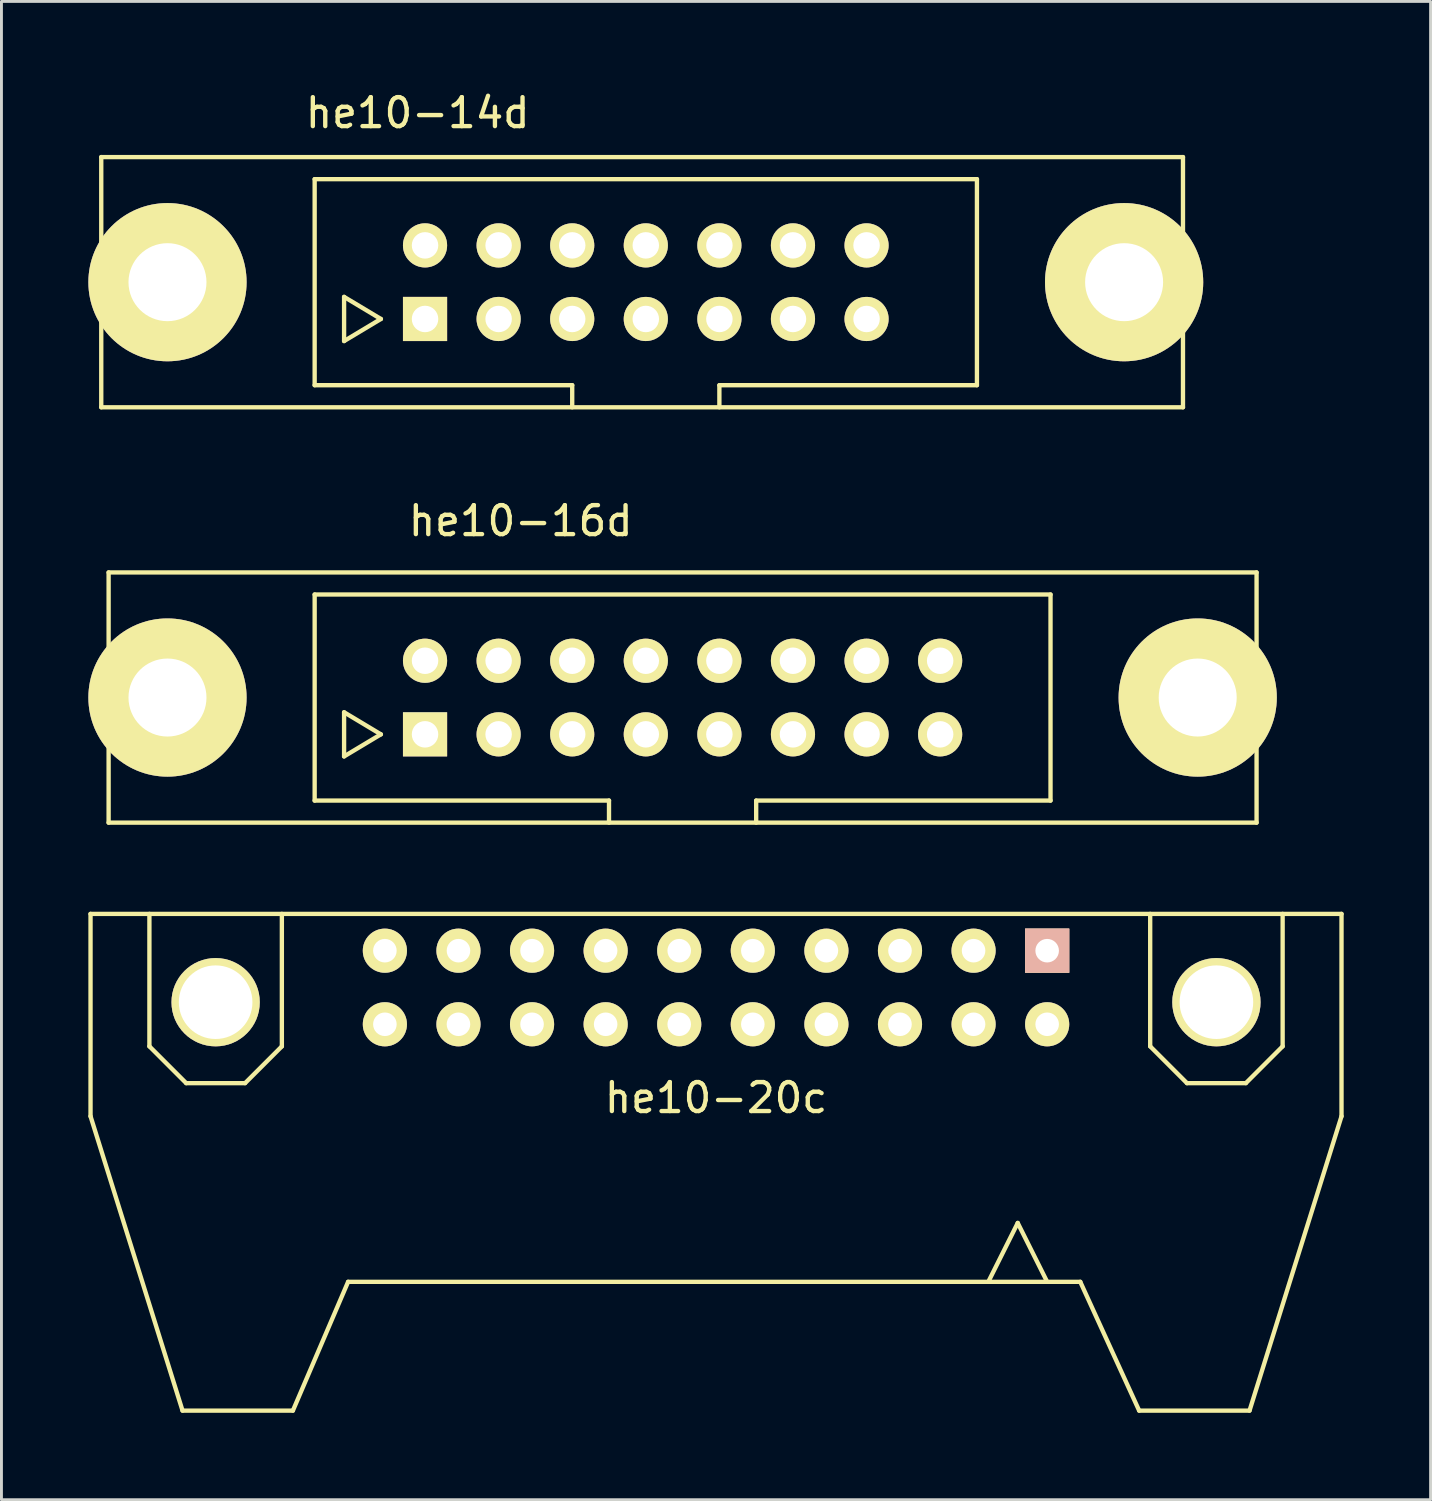
<source format=kicad_pcb>
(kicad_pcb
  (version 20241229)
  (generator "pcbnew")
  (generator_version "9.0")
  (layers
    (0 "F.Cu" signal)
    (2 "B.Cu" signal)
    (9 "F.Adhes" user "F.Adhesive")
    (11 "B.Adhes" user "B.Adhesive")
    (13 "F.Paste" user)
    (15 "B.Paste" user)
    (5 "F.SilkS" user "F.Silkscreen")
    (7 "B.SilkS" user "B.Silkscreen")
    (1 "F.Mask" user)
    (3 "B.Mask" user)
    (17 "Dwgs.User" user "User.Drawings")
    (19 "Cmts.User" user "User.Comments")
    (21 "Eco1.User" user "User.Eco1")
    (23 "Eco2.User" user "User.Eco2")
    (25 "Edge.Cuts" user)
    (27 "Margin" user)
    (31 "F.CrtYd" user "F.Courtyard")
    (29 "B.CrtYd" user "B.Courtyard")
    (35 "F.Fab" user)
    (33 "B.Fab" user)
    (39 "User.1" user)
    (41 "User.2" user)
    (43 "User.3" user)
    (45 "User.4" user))
  (footprint "he10-16d"
    (layer "F.Cu")
    (at 20.511 21.027)
    (property "Reference" "he10-16d" (at -5.588 -6.096 0) (layer "F.SilkS") (effects (font (size 1 1) (thickness 0.15))))
    (attr through_hole)
    (fp_line (start -19.812 -4.318) (end 19.812 -4.318) (stroke (width 0.15) (type solid)) (layer "F.SilkS"))
    (fp_line (start -19.812 4.318) (end -19.812 -4.318) (stroke (width 0.15) (type solid)) (layer "F.SilkS"))
    (fp_line (start -12.7 -3.556) (end 12.7 -3.556) (stroke (width 0.15) (type solid)) (layer "F.SilkS"))
    (fp_line (start -12.7 3.556) (end -12.7 -3.556) (stroke (width 0.15) (type solid)) (layer "F.SilkS"))
    (fp_line (start -11.684 0.508) (end -11.684 2.032) (stroke (width 0.15) (type solid)) (layer "F.SilkS"))
    (fp_line (start -11.684 2.032) (end -10.414 1.27) (stroke (width 0.15) (type solid)) (layer "F.SilkS"))
    (fp_line (start -10.414 1.27) (end -11.684 0.508) (stroke (width 0.15) (type solid)) (layer "F.SilkS"))
    (fp_line (start -2.54 3.556) (end -12.7 3.556) (stroke (width 0.15) (type solid)) (layer "F.SilkS"))
    (fp_line (start -2.54 4.318) (end -2.54 3.556) (stroke (width 0.15) (type solid)) (layer "F.SilkS"))
    (fp_line (start 2.54 3.556) (end 2.54 4.318) (stroke (width 0.15) (type solid)) (layer "F.SilkS"))
    (fp_line (start 12.7 -3.556) (end 12.7 3.556) (stroke (width 0.15) (type solid)) (layer "F.SilkS"))
    (fp_line (start 12.7 3.556) (end 2.54 3.556) (stroke (width 0.15) (type solid)) (layer "F.SilkS"))
    (fp_line (start 19.812 -4.318) (end 19.812 4.318) (stroke (width 0.15) (type solid)) (layer "F.SilkS"))
    (fp_line (start 19.812 4.318) (end -19.812 4.318) (stroke (width 0.15) (type solid)) (layer "F.SilkS"))
    (pad "0" thru_hole circle (at -17.78 0) (size 5.461 5.461) (drill 2.692) (layers "*.Cu" "*.Mask" "F.SilkS"))
    (pad "0" thru_hole circle (at 17.78 0) (size 5.461 5.461) (drill 2.692) (layers "*.Cu" "*.Mask" "F.SilkS"))
    (pad "1" thru_hole rect (at -8.89 1.27) (size 1.524 1.524) (drill 0.914) (layers "*.Cu" "*.Mask" "F.SilkS"))
    (pad "2" thru_hole circle (at -8.89 -1.27) (size 1.524 1.524) (drill 0.914) (layers "*.Cu" "*.Mask" "F.SilkS"))
    (pad "3" thru_hole circle (at -6.35 1.27) (size 1.524 1.524) (drill 0.914) (layers "*.Cu" "*.Mask" "F.SilkS"))
    (pad "4" thru_hole circle (at -6.35 -1.27) (size 1.524 1.524) (drill 0.914) (layers "*.Cu" "*.Mask" "F.SilkS"))
    (pad "5" thru_hole circle (at -3.81 1.27) (size 1.524 1.524) (drill 0.914) (layers "*.Cu" "*.Mask" "F.SilkS"))
    (pad "6" thru_hole circle (at -3.81 -1.27) (size 1.524 1.524) (drill 0.914) (layers "*.Cu" "*.Mask" "F.SilkS"))
    (pad "7" thru_hole circle (at -1.27 1.27) (size 1.524 1.524) (drill 0.914) (layers "*.Cu" "*.Mask" "F.SilkS"))
    (pad "8" thru_hole circle (at -1.27 -1.27) (size 1.524 1.524) (drill 0.914) (layers "*.Cu" "*.Mask" "F.SilkS"))
    (pad "9" thru_hole circle (at 1.27 1.27) (size 1.524 1.524) (drill 0.914) (layers "*.Cu" "*.Mask" "F.SilkS"))
    (pad "10" thru_hole circle (at 1.27 -1.27) (size 1.524 1.524) (drill 0.914) (layers "*.Cu" "*.Mask" "F.SilkS"))
    (pad "11" thru_hole circle (at 3.81 1.27) (size 1.524 1.524) (drill 0.914) (layers "*.Cu" "*.Mask" "F.SilkS"))
    (pad "12" thru_hole circle (at 3.81 -1.27) (size 1.524 1.524) (drill 0.914) (layers "*.Cu" "*.Mask" "F.SilkS"))
    (pad "13" thru_hole circle (at 6.35 1.27) (size 1.524 1.524) (drill 0.914) (layers "*.Cu" "*.Mask" "F.SilkS"))
    (pad "14" thru_hole circle (at 6.35 -1.27) (size 1.524 1.524) (drill 0.914) (layers "*.Cu" "*.Mask" "F.SilkS"))
    (pad "15" thru_hole circle (at 8.89 1.27) (size 1.524 1.524) (drill 0.914) (layers "*.Cu" "*.Mask" "F.SilkS"))
    (pad "16" thru_hole circle (at 8.89 -1.27) (size 1.524 1.524) (drill 0.914) (layers "*.Cu" "*.Mask" "F.SilkS")))
  (footprint "he10-14d"
    (layer "F.Cu")
    (at 19.241 6.69)
    (property "Reference" "he10-14d" (at -7.874 -5.842 0) (layer "F.SilkS") (effects (font (size 1 1) (thickness 0.15))))
    (attr through_hole)
    (fp_line (start -18.796 -4.318) (end 18.542 -4.318) (stroke (width 0.15) (type solid)) (layer "F.SilkS"))
    (fp_line (start -18.796 4.318) (end -18.796 -4.318) (stroke (width 0.15) (type solid)) (layer "F.SilkS"))
    (fp_line (start -11.43 -3.556) (end 11.43 -3.556) (stroke (width 0.15) (type solid)) (layer "F.SilkS"))
    (fp_line (start -11.43 3.556) (end -11.43 -3.556) (stroke (width 0.15) (type solid)) (layer "F.SilkS"))
    (fp_line (start -10.414 0.508) (end -10.414 2.032) (stroke (width 0.15) (type solid)) (layer "F.SilkS"))
    (fp_line (start -10.414 2.032) (end -9.144 1.27) (stroke (width 0.15) (type solid)) (layer "F.SilkS"))
    (fp_line (start -9.144 1.27) (end -10.414 0.508) (stroke (width 0.15) (type solid)) (layer "F.SilkS"))
    (fp_line (start -2.54 3.556) (end -11.43 3.556) (stroke (width 0.15) (type solid)) (layer "F.SilkS"))
    (fp_line (start -2.54 4.318) (end -2.54 3.556) (stroke (width 0.15) (type solid)) (layer "F.SilkS"))
    (fp_line (start 2.54 3.556) (end 2.54 4.318) (stroke (width 0.15) (type solid)) (layer "F.SilkS"))
    (fp_line (start 11.43 -3.556) (end 11.43 3.556) (stroke (width 0.15) (type solid)) (layer "F.SilkS"))
    (fp_line (start 11.43 3.556) (end 2.54 3.556) (stroke (width 0.15) (type solid)) (layer "F.SilkS"))
    (fp_line (start 18.542 -4.318) (end 18.542 4.318) (stroke (width 0.15) (type solid)) (layer "F.SilkS"))
    (fp_line (start 18.542 4.318) (end -18.796 4.318) (stroke (width 0.15) (type solid)) (layer "F.SilkS"))
    (pad "0" thru_hole circle (at -16.51 0) (size 5.461 5.461) (drill 2.692) (layers "*.Cu" "*.Mask" "F.SilkS"))
    (pad "0" thru_hole circle (at 16.51 0) (size 5.461 5.461) (drill 2.692) (layers "*.Cu" "*.Mask" "F.SilkS"))
    (pad "1" thru_hole rect (at -7.62 1.27) (size 1.524 1.524) (drill 0.914) (layers "*.Cu" "*.Mask" "F.SilkS"))
    (pad "2" thru_hole circle (at -7.62 -1.27) (size 1.524 1.524) (drill 0.914) (layers "*.Cu" "*.Mask" "F.SilkS"))
    (pad "3" thru_hole circle (at -5.08 1.27) (size 1.524 1.524) (drill 0.914) (layers "*.Cu" "*.Mask" "F.SilkS"))
    (pad "4" thru_hole circle (at -5.08 -1.27) (size 1.524 1.524) (drill 0.914) (layers "*.Cu" "*.Mask" "F.SilkS"))
    (pad "5" thru_hole circle (at -2.54 1.27) (size 1.524 1.524) (drill 0.914) (layers "*.Cu" "*.Mask" "F.SilkS"))
    (pad "6" thru_hole circle (at -2.54 -1.27) (size 1.524 1.524) (drill 0.914) (layers "*.Cu" "*.Mask" "F.SilkS"))
    (pad "7" thru_hole circle (at 0 1.27) (size 1.524 1.524) (drill 0.914) (layers "*.Cu" "*.Mask" "F.SilkS"))
    (pad "8" thru_hole circle (at 0 -1.27) (size 1.524 1.524) (drill 0.914) (layers "*.Cu" "*.Mask" "F.SilkS"))
    (pad "9" thru_hole circle (at 2.54 1.27) (size 1.524 1.524) (drill 0.914) (layers "*.Cu" "*.Mask" "F.SilkS"))
    (pad "10" thru_hole circle (at 2.54 -1.27) (size 1.524 1.524) (drill 0.914) (layers "*.Cu" "*.Mask" "F.SilkS"))
    (pad "11" thru_hole circle (at 5.08 1.27) (size 1.524 1.524) (drill 0.914) (layers "*.Cu" "*.Mask" "F.SilkS"))
    (pad "12" thru_hole circle (at 5.08 -1.27) (size 1.524 1.524) (drill 0.914) (layers "*.Cu" "*.Mask" "F.SilkS"))
    (pad "13" thru_hole circle (at 7.62 1.27) (size 1.524 1.524) (drill 0.914) (layers "*.Cu" "*.Mask" "F.SilkS"))
    (pad "14" thru_hole circle (at 7.62 -1.27) (size 1.524 1.524) (drill 0.914) (layers "*.Cu" "*.Mask" "F.SilkS")))
  (footprint "he10-20c"
    (layer "F.Cu")
    (at 21.665 31.035)
    (property "Reference" "he10-20c" (at 0 3.81 0) (layer "F.SilkS") (effects (font (size 1 1) (thickness 0.15))))
    (attr through_hole)
    (fp_line (start -21.59 -2.54) (end -21.59 4.445) (stroke (width 0.15) (type solid)) (layer "F.SilkS"))
    (fp_line (start -21.59 -2.54) (end 21.59 -2.54) (stroke (width 0.15) (type solid)) (layer "F.SilkS"))
    (fp_line (start -21.59 4.445) (end -18.415 14.605) (stroke (width 0.15) (type solid)) (layer "F.SilkS"))
    (fp_line (start -19.558 2.032) (end -19.558 -2.54) (stroke (width 0.15) (type solid)) (layer "F.SilkS"))
    (fp_line (start -18.415 14.605) (end -14.605 14.605) (stroke (width 0.15) (type solid)) (layer "F.SilkS"))
    (fp_line (start -18.288 3.302) (end -19.558 2.032) (stroke (width 0.15) (type solid)) (layer "F.SilkS"))
    (fp_line (start -16.256 3.302) (end -18.288 3.302) (stroke (width 0.15) (type solid)) (layer "F.SilkS"))
    (fp_line (start -14.986 -2.54) (end -14.986 2.032) (stroke (width 0.15) (type solid)) (layer "F.SilkS"))
    (fp_line (start -14.986 2.032) (end -16.256 3.302) (stroke (width 0.15) (type solid)) (layer "F.SilkS"))
    (fp_line (start -14.605 14.605) (end -12.7 10.16) (stroke (width 0.15) (type solid)) (layer "F.SilkS"))
    (fp_line (start -12.7 10.16) (end 12.573 10.16) (stroke (width 0.15) (type solid)) (layer "F.SilkS"))
    (fp_line (start 10.414 8.128) (end 9.398 10.16) (stroke (width 0.15) (type solid)) (layer "F.SilkS"))
    (fp_line (start 11.43 10.16) (end 10.414 8.128) (stroke (width 0.15) (type solid)) (layer "F.SilkS"))
    (fp_line (start 14.605 14.605) (end 12.573 10.16) (stroke (width 0.15) (type solid)) (layer "F.SilkS"))
    (fp_line (start 14.986 2.032) (end 14.986 -2.54) (stroke (width 0.15) (type solid)) (layer "F.SilkS"))
    (fp_line (start 16.256 3.302) (end 14.986 2.032) (stroke (width 0.15) (type solid)) (layer "F.SilkS"))
    (fp_line (start 18.288 3.302) (end 16.256 3.302) (stroke (width 0.15) (type solid)) (layer "F.SilkS"))
    (fp_line (start 18.415 14.605) (end 14.605 14.605) (stroke (width 0.15) (type solid)) (layer "F.SilkS"))
    (fp_line (start 19.558 -2.54) (end 19.558 2.032) (stroke (width 0.15) (type solid)) (layer "F.SilkS"))
    (fp_line (start 19.558 2.032) (end 18.288 3.302) (stroke (width 0.15) (type solid)) (layer "F.SilkS"))
    (fp_line (start 21.59 -2.54) (end 21.59 4.445) (stroke (width 0.15) (type solid)) (layer "F.SilkS"))
    (fp_line (start 21.59 4.445) (end 18.415 14.605) (stroke (width 0.15) (type solid)) (layer "F.SilkS"))
    (pad "0" thru_hole circle (at -17.272 0.508) (size 3.048 3.048) (drill 2.54) (layers "*.Cu" "*.Mask" "F.SilkS"))
    (pad "0" thru_hole circle (at 17.272 0.508) (size 3.048 3.048) (drill 2.54) (layers "*.Cu" "*.Mask" "F.SilkS"))
    (pad "1" thru_hole rect (at 11.43 -1.27) (size 1.524 1.524) (drill 0.813) (layers "*.Cu" "*.SilkS" "*.Mask"))
    (pad "2" thru_hole circle (at 11.43 1.27) (size 1.524 1.524) (drill 0.813) (layers "*.Cu" "*.Mask" "F.SilkS"))
    (pad "3" thru_hole circle (at 8.89 -1.27) (size 1.524 1.524) (drill 0.813) (layers "*.Cu" "*.Mask" "F.SilkS"))
    (pad "4" thru_hole circle (at 8.89 1.27) (size 1.524 1.524) (drill 0.813) (layers "*.Cu" "*.Mask" "F.SilkS"))
    (pad "5" thru_hole circle (at 6.35 -1.27) (size 1.524 1.524) (drill 0.813) (layers "*.Cu" "*.Mask" "F.SilkS"))
    (pad "6" thru_hole circle (at 6.35 1.27) (size 1.524 1.524) (drill 0.813) (layers "*.Cu" "*.Mask" "F.SilkS"))
    (pad "7" thru_hole circle (at 3.81 -1.27) (size 1.524 1.524) (drill 0.813) (layers "*.Cu" "*.Mask" "F.SilkS"))
    (pad "8" thru_hole circle (at 3.81 1.27) (size 1.524 1.524) (drill 0.813) (layers "*.Cu" "*.Mask" "F.SilkS"))
    (pad "9" thru_hole circle (at 1.27 -1.27) (size 1.524 1.524) (drill 0.813) (layers "*.Cu" "*.Mask" "F.SilkS"))
    (pad "10" thru_hole circle (at 1.27 1.27) (size 1.524 1.524) (drill 0.813) (layers "*.Cu" "*.Mask" "F.SilkS"))
    (pad "11" thru_hole circle (at -1.27 -1.27) (size 1.524 1.524) (drill 0.813) (layers "*.Cu" "*.Mask" "F.SilkS"))
    (pad "12" thru_hole circle (at -1.27 1.27) (size 1.524 1.524) (drill 0.813) (layers "*.Cu" "*.Mask" "F.SilkS"))
    (pad "13" thru_hole circle (at -3.81 -1.27) (size 1.524 1.524) (drill 0.813) (layers "*.Cu" "*.Mask" "F.SilkS"))
    (pad "14" thru_hole circle (at -3.81 1.27) (size 1.524 1.524) (drill 0.813) (layers "*.Cu" "*.Mask" "F.SilkS"))
    (pad "15" thru_hole circle (at -6.35 -1.27) (size 1.524 1.524) (drill 0.813) (layers "*.Cu" "*.Mask" "F.SilkS"))
    (pad "16" thru_hole circle (at -6.35 1.27) (size 1.524 1.524) (drill 0.813) (layers "*.Cu" "*.Mask" "F.SilkS"))
    (pad "17" thru_hole circle (at -8.89 -1.27) (size 1.524 1.524) (drill 0.813) (layers "*.Cu" "*.Mask" "F.SilkS"))
    (pad "18" thru_hole circle (at -8.89 1.27) (size 1.524 1.524) (drill 0.813) (layers "*.Cu" "*.Mask" "F.SilkS"))
    (pad "19" thru_hole circle (at -11.43 -1.27) (size 1.524 1.524) (drill 0.813) (layers "*.Cu" "*.Mask" "F.SilkS"))
    (pad "20" thru_hole circle (at -11.43 1.27) (size 1.524 1.524) (drill 0.813) (layers "*.Cu" "*.Mask" "F.SilkS")))
  (gr_rect
    (start -3 -3)
    (end 46.33 48.715)
    (stroke (width 0.1) (type default))
    (fill no)
    (layer "Edge.Cuts")))
</source>
